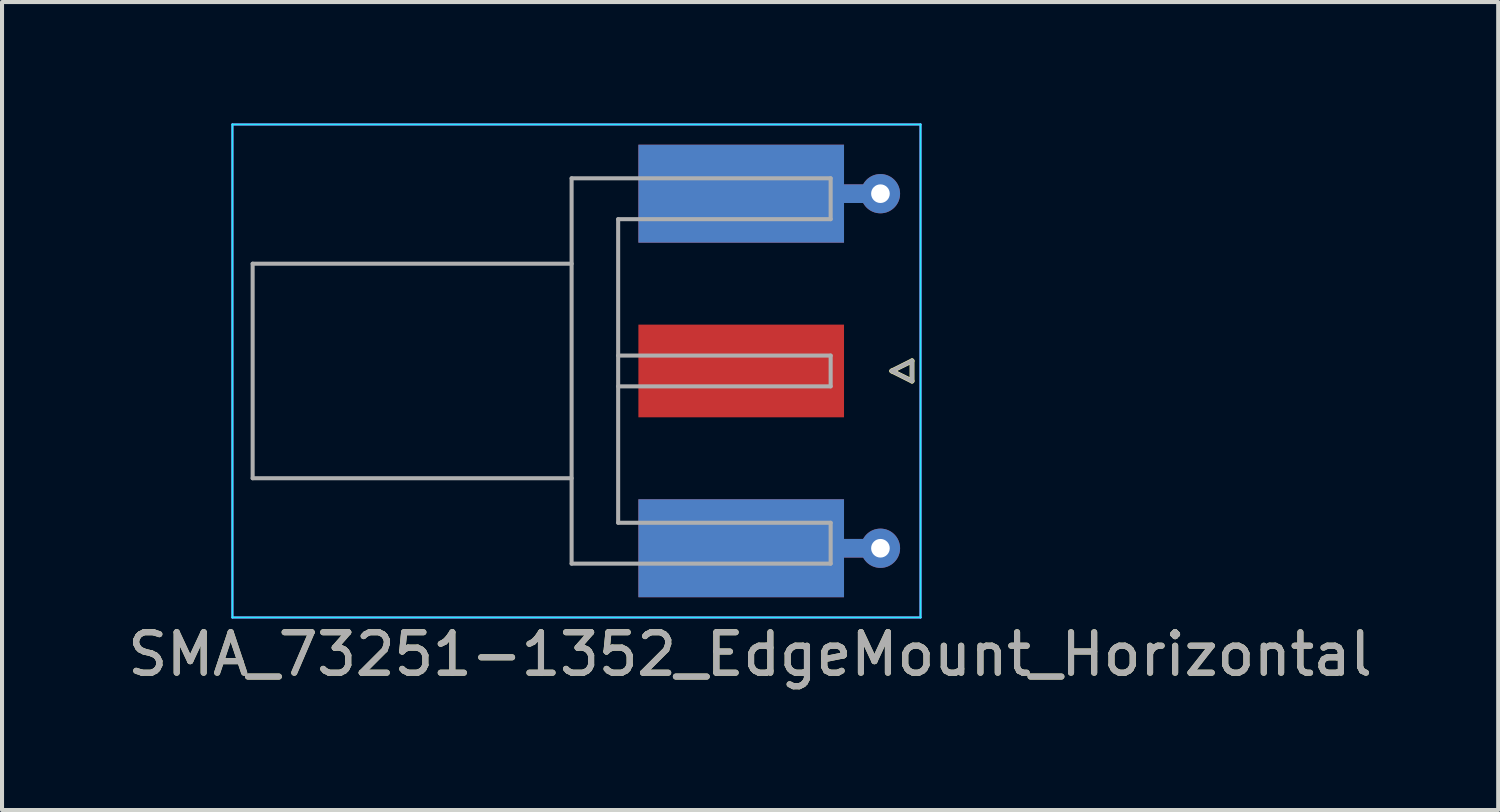
<source format=kicad_pcb>
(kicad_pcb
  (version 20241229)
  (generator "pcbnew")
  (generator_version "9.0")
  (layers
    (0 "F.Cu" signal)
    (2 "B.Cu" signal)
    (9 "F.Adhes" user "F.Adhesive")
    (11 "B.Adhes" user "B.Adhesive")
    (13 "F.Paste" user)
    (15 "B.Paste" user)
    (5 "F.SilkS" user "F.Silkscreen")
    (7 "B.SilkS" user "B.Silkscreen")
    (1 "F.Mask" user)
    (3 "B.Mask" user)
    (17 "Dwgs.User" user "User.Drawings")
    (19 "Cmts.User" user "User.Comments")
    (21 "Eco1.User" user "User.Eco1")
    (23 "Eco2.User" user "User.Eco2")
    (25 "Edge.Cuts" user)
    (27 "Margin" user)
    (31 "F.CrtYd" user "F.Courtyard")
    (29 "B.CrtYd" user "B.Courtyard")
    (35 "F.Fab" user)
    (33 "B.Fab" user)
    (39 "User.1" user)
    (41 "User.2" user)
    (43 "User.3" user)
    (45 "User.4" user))
  (footprint "SMA_73251-1352_EdgeMount_Horizontal"
    (layer "F.Cu")
    (at 16.982 6.115)
    (property "Reference" "SMA_73251-1352_EdgeMount_Horizontal" (at -1.5 7 0) (layer "F.SilkS") (effects (font (size 1 1) (thickness 0.15))))
    (attr smd)
    (fp_line (start 2 0) (end 2.5 -0.25) (stroke (width 0.12) (type solid)) (layer "F.SilkS"))
    (fp_line (start 2.5 -0.25) (end 2.5 0.25) (stroke (width 0.12) (type solid)) (layer "F.SilkS"))
    (fp_line (start 2.5 0.25) (end 2 0) (stroke (width 0.12) (type solid)) (layer "F.SilkS"))
    (fp_line (start -14.29 -6.09) (end -14.29 6.09) (stroke (width 0.05) (type solid)) (layer "B.CrtYd"))
    (fp_line (start -14.29 -6.09) (end 2.71 -6.09) (stroke (width 0.05) (type solid)) (layer "B.CrtYd"))
    (fp_line (start -14.29 6.09) (end 2.71 6.09) (stroke (width 0.05) (type solid)) (layer "B.CrtYd"))
    (fp_line (start 2.71 -6.09) (end 2.71 6.09) (stroke (width 0.05) (type solid)) (layer "B.CrtYd"))
    (fp_line (start -14.29 -6.09) (end -14.29 6.09) (stroke (width 0.05) (type solid)) (layer "F.CrtYd"))
    (fp_line (start -14.29 6.09) (end 2.71 6.09) (stroke (width 0.05) (type solid)) (layer "F.CrtYd"))
    (fp_line (start 2.71 -6.09) (end -14.29 -6.09) (stroke (width 0.05) (type solid)) (layer "F.CrtYd"))
    (fp_line (start 2.71 -6.09) (end 2.71 6.09) (stroke (width 0.05) (type solid)) (layer "F.CrtYd"))
    (fp_line (start -13.79 -2.65) (end -13.79 2.65) (stroke (width 0.1) (type solid)) (layer "F.Fab"))
    (fp_line (start -13.79 -2.65) (end -5.91 -2.65) (stroke (width 0.1) (type solid)) (layer "F.Fab"))
    (fp_line (start -13.79 2.65) (end -5.91 2.65) (stroke (width 0.1) (type solid)) (layer "F.Fab"))
    (fp_line (start -5.91 -4.76) (end -5.91 4.76) (stroke (width 0.1) (type solid)) (layer "F.Fab"))
    (fp_line (start -5.91 4.76) (end 0.49 4.76) (stroke (width 0.1) (type solid)) (layer "F.Fab"))
    (fp_line (start -4.76 -3.75) (end -4.76 3.75) (stroke (width 0.1) (type solid)) (layer "F.Fab"))
    (fp_line (start -4.76 -3.75) (end 0.49 -3.75) (stroke (width 0.1) (type solid)) (layer "F.Fab"))
    (fp_line (start -4.76 -0.38) (end 0.49 -0.38) (stroke (width 0.1) (type solid)) (layer "F.Fab"))
    (fp_line (start -4.76 0.38) (end 0.49 0.38) (stroke (width 0.1) (type solid)) (layer "F.Fab"))
    (fp_line (start -4.76 3.75) (end 0.49 3.75) (stroke (width 0.1) (type solid)) (layer "F.Fab"))
    (fp_line (start 0.49 -4.76) (end -5.91 -4.76) (stroke (width 0.1) (type solid)) (layer "F.Fab"))
    (fp_line (start 0.49 -4.76) (end 0.49 -3.75) (stroke (width 0.1) (type solid)) (layer "F.Fab"))
    (fp_line (start 0.49 -0.38) (end 0.49 0.38) (stroke (width 0.1) (type solid)) (layer "F.Fab"))
    (fp_line (start 0.49 3.75) (end 0.49 4.76) (stroke (width 0.1) (type solid)) (layer "F.Fab"))
    (fp_line (start 2 0) (end 2.5 0.25) (stroke (width 0.1) (type solid)) (layer "F.Fab"))
    (fp_line (start 2.5 -0.25) (end 2 0) (stroke (width 0.1) (type solid)) (layer "F.Fab"))
    (fp_line (start 2.5 0.25) (end 2.5 -0.25) (stroke (width 0.1) (type solid)) (layer "F.Fab"))
    (fp_text user "${REFERENCE}" (at -1.5 7 0) (layer "F.Fab") (effects (font (size 1 1) (thickness 0.15))))
    (pad "1" smd rect (at -1.72 0) (size 5.08 2.29) (layers "F.Cu" "F.Mask" "F.Paste"))
    (pad "2" smd rect (at -1.72 -4.38) (size 5.08 2.42) (layers "F.Cu" "F.Mask" "F.Paste"))
    (pad "2" smd rect (at -1.72 -4.38) (size 5.08 2.42) (layers "B.Cu" "B.Mask" "B.Paste"))
    (pad "2" smd rect (at -1.72 4.38) (size 5.08 2.42) (layers "F.Cu" "F.Mask" "F.Paste"))
    (pad "2" smd rect (at -1.72 4.38) (size 5.08 2.42) (layers "B.Cu" "B.Mask" "B.Paste"))
    (pad "2" smd rect (at 1.27 -4.38) (size 0.95 0.46) (layers "F.Cu"))
    (pad "2" smd rect (at 1.27 -4.38) (size 0.95 0.46) (layers "B.Cu"))
    (pad "2" smd rect (at 1.27 4.38) (size 0.95 0.46) (layers "F.Cu"))
    (pad "2" smd rect (at 1.27 4.38) (size 0.95 0.46) (layers "B.Cu"))
    (pad "2" thru_hole circle (at 1.72 -4.38) (size 0.97 0.97) (drill 0.46) (layers "*.Cu"))
    (pad "2" thru_hole circle (at 1.72 4.38) (size 0.97 0.97) (drill 0.46) (layers "*.Cu")))
  (gr_rect
    (start -3 -3)
    (end 33.964 16.963)
    (stroke (width 0.1) (type default))
    (fill no)
    (layer "Edge.Cuts")))
</source>
